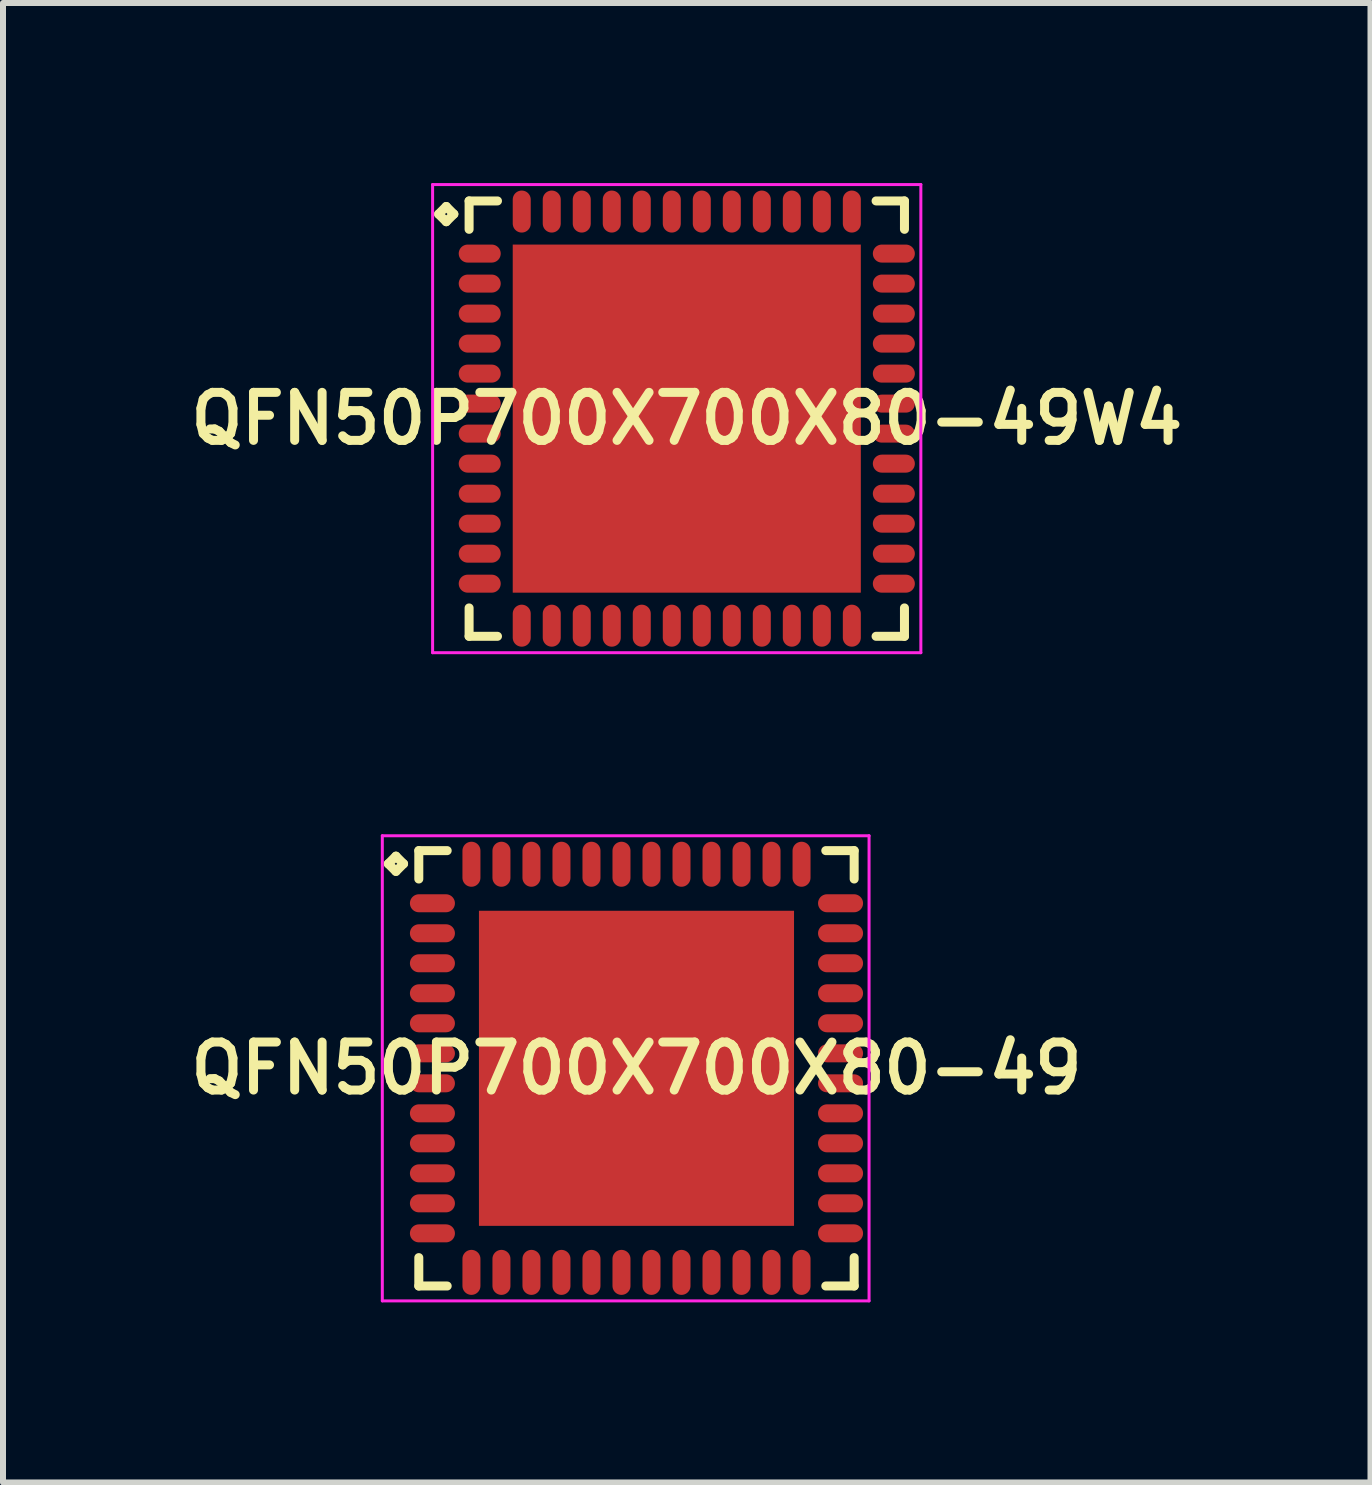
<source format=kicad_pcb>
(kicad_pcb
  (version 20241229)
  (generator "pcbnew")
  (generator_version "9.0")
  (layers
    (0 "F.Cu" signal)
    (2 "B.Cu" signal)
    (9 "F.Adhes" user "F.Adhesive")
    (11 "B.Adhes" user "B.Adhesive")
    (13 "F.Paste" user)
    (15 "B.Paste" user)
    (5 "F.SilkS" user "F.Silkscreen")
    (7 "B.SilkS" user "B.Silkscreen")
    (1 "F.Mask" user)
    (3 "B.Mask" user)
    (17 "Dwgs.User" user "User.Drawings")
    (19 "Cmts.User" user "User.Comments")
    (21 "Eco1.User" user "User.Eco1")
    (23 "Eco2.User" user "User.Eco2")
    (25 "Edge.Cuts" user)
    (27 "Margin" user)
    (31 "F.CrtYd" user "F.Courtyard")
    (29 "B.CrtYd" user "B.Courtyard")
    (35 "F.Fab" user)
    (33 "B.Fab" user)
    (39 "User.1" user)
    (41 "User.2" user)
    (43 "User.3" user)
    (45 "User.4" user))
  (footprint "QFN50P700X700X80-49"
    (layer "F.Cu")
    (at 7.555 14.75)
    (property "Reference" "QFN50P700X700X80-49" (at 0 0 0) (layer "F.SilkS") (effects (font (size 0.8 0.8) (thickness 0.15))))
    (attr smd)
    (fp_line (start -4.135 -3.408) (end -4.008 -3.535) (stroke (width 0.15) (type solid)) (layer "F.SilkS"))
    (fp_line (start -4.008 -3.535) (end -3.881 -3.408) (stroke (width 0.15) (type solid)) (layer "F.SilkS"))
    (fp_line (start -4.008 -3.281) (end -4.135 -3.408) (stroke (width 0.15) (type solid)) (layer "F.SilkS"))
    (fp_line (start -3.881 -3.408) (end -4.008 -3.281) (stroke (width 0.15) (type solid)) (layer "F.SilkS"))
    (fp_line (start -3.627 -3.627) (end -3.154 -3.627) (stroke (width 0.15) (type solid)) (layer "F.SilkS"))
    (fp_line (start -3.627 -3.154) (end -3.627 -3.627) (stroke (width 0.15) (type solid)) (layer "F.SilkS"))
    (fp_line (start -3.627 3.154) (end -3.627 3.627) (stroke (width 0.15) (type solid)) (layer "F.SilkS"))
    (fp_line (start -3.627 3.627) (end -3.154 3.627) (stroke (width 0.15) (type solid)) (layer "F.SilkS"))
    (fp_line (start 3.154 -3.627) (end 3.627 -3.627) (stroke (width 0.15) (type solid)) (layer "F.SilkS"))
    (fp_line (start 3.154 3.627) (end 3.627 3.627) (stroke (width 0.15) (type solid)) (layer "F.SilkS"))
    (fp_line (start 3.627 -3.627) (end 3.627 -3.154) (stroke (width 0.15) (type solid)) (layer "F.SilkS"))
    (fp_line (start 3.627 3.627) (end 3.627 3.154) (stroke (width 0.15) (type solid)) (layer "F.SilkS"))
    (fp_line (start -4.235 -3.875) (end 3.875 -3.875) (stroke (width 0.05) (type solid)) (layer "F.CrtYd"))
    (fp_line (start -4.235 3.875) (end -4.235 -3.875) (stroke (width 0.05) (type solid)) (layer "F.CrtYd"))
    (fp_line (start 3.875 -3.875) (end 3.875 3.875) (stroke (width 0.05) (type solid)) (layer "F.CrtYd"))
    (fp_line (start 3.875 3.875) (end -4.235 3.875) (stroke (width 0.05) (type solid)) (layer "F.CrtYd"))
    (pad "1" smd oval (at -3.4 -2.75) (size 0.75 0.3) (layers "F.Cu" "F.Mask" "F.Paste"))
    (pad "2" smd oval (at -3.4 -2.25) (size 0.75 0.3) (layers "F.Cu" "F.Mask" "F.Paste"))
    (pad "3" smd oval (at -3.4 -1.75) (size 0.75 0.3) (layers "F.Cu" "F.Mask" "F.Paste"))
    (pad "4" smd oval (at -3.4 -1.25) (size 0.75 0.3) (layers "F.Cu" "F.Mask" "F.Paste"))
    (pad "5" smd oval (at -3.4 -0.75) (size 0.75 0.3) (layers "F.Cu" "F.Mask" "F.Paste"))
    (pad "6" smd oval (at -3.4 -0.25) (size 0.75 0.3) (layers "F.Cu" "F.Mask" "F.Paste"))
    (pad "7" smd oval (at -3.4 0.25) (size 0.75 0.3) (layers "F.Cu" "F.Mask" "F.Paste"))
    (pad "8" smd oval (at -3.4 0.75) (size 0.75 0.3) (layers "F.Cu" "F.Mask" "F.Paste"))
    (pad "9" smd oval (at -3.4 1.25) (size 0.75 0.3) (layers "F.Cu" "F.Mask" "F.Paste"))
    (pad "10" smd oval (at -3.4 1.75) (size 0.75 0.3) (layers "F.Cu" "F.Mask" "F.Paste"))
    (pad "11" smd oval (at -3.4 2.25) (size 0.75 0.3) (layers "F.Cu" "F.Mask" "F.Paste"))
    (pad "12" smd oval (at -3.4 2.75) (size 0.75 0.3) (layers "F.Cu" "F.Mask" "F.Paste"))
    (pad "13" smd oval (at -2.75 3.4) (size 0.3 0.75) (layers "F.Cu" "F.Mask" "F.Paste"))
    (pad "14" smd oval (at -2.25 3.4) (size 0.3 0.75) (layers "F.Cu" "F.Mask" "F.Paste"))
    (pad "15" smd oval (at -1.75 3.4) (size 0.3 0.75) (layers "F.Cu" "F.Mask" "F.Paste"))
    (pad "16" smd oval (at -1.25 3.4) (size 0.3 0.75) (layers "F.Cu" "F.Mask" "F.Paste"))
    (pad "17" smd oval (at -0.75 3.4) (size 0.3 0.75) (layers "F.Cu" "F.Mask" "F.Paste"))
    (pad "18" smd oval (at -0.25 3.4) (size 0.3 0.75) (layers "F.Cu" "F.Mask" "F.Paste"))
    (pad "19" smd oval (at 0.25 3.4) (size 0.3 0.75) (layers "F.Cu" "F.Mask" "F.Paste"))
    (pad "20" smd oval (at 0.75 3.4) (size 0.3 0.75) (layers "F.Cu" "F.Mask" "F.Paste"))
    (pad "21" smd oval (at 1.25 3.4) (size 0.3 0.75) (layers "F.Cu" "F.Mask" "F.Paste"))
    (pad "22" smd oval (at 1.75 3.4) (size 0.3 0.75) (layers "F.Cu" "F.Mask" "F.Paste"))
    (pad "23" smd oval (at 2.25 3.4) (size 0.3 0.75) (layers "F.Cu" "F.Mask" "F.Paste"))
    (pad "24" smd oval (at 2.75 3.4) (size 0.3 0.75) (layers "F.Cu" "F.Mask" "F.Paste"))
    (pad "25" smd oval (at 3.4 2.75) (size 0.75 0.3) (layers "F.Cu" "F.Mask" "F.Paste"))
    (pad "26" smd oval (at 3.4 2.25) (size 0.75 0.3) (layers "F.Cu" "F.Mask" "F.Paste"))
    (pad "27" smd oval (at 3.4 1.75) (size 0.75 0.3) (layers "F.Cu" "F.Mask" "F.Paste"))
    (pad "28" smd oval (at 3.4 1.25) (size 0.75 0.3) (layers "F.Cu" "F.Mask" "F.Paste"))
    (pad "29" smd oval (at 3.4 0.75) (size 0.75 0.3) (layers "F.Cu" "F.Mask" "F.Paste"))
    (pad "30" smd oval (at 3.4 0.25) (size 0.75 0.3) (layers "F.Cu" "F.Mask" "F.Paste"))
    (pad "31" smd oval (at 3.4 -0.25) (size 0.75 0.3) (layers "F.Cu" "F.Mask" "F.Paste"))
    (pad "32" smd oval (at 3.4 -0.75) (size 0.75 0.3) (layers "F.Cu" "F.Mask" "F.Paste"))
    (pad "33" smd oval (at 3.4 -1.25) (size 0.75 0.3) (layers "F.Cu" "F.Mask" "F.Paste"))
    (pad "34" smd oval (at 3.4 -1.75) (size 0.75 0.3) (layers "F.Cu" "F.Mask" "F.Paste"))
    (pad "35" smd oval (at 3.4 -2.25) (size 0.75 0.3) (layers "F.Cu" "F.Mask" "F.Paste"))
    (pad "36" smd oval (at 3.4 -2.75) (size 0.75 0.3) (layers "F.Cu" "F.Mask" "F.Paste"))
    (pad "37" smd oval (at 2.75 -3.4) (size 0.3 0.75) (layers "F.Cu" "F.Mask" "F.Paste"))
    (pad "38" smd oval (at 2.25 -3.4) (size 0.3 0.75) (layers "F.Cu" "F.Mask" "F.Paste"))
    (pad "39" smd oval (at 1.75 -3.4) (size 0.3 0.75) (layers "F.Cu" "F.Mask" "F.Paste"))
    (pad "40" smd oval (at 1.25 -3.4) (size 0.3 0.75) (layers "F.Cu" "F.Mask" "F.Paste"))
    (pad "41" smd oval (at 0.75 -3.4) (size 0.3 0.75) (layers "F.Cu" "F.Mask" "F.Paste"))
    (pad "42" smd oval (at 0.25 -3.4) (size 0.3 0.75) (layers "F.Cu" "F.Mask" "F.Paste"))
    (pad "43" smd oval (at -0.25 -3.4) (size 0.3 0.75) (layers "F.Cu" "F.Mask" "F.Paste"))
    (pad "44" smd oval (at -0.75 -3.4) (size 0.3 0.75) (layers "F.Cu" "F.Mask" "F.Paste"))
    (pad "45" smd oval (at -1.25 -3.4) (size 0.3 0.75) (layers "F.Cu" "F.Mask" "F.Paste"))
    (pad "46" smd oval (at -1.75 -3.4) (size 0.3 0.75) (layers "F.Cu" "F.Mask" "F.Paste"))
    (pad "47" smd oval (at -2.25 -3.4) (size 0.3 0.75) (layers "F.Cu" "F.Mask" "F.Paste"))
    (pad "48" smd oval (at -2.75 -3.4) (size 0.3 0.75) (layers "F.Cu" "F.Mask" "F.Paste"))
    (pad "49" smd rect (at 0 0) (size 5.25 5.25) (layers "F.Cu" "F.Mask" "F.Paste")))
  (footprint "QFN50P700X700X80-49W4"
    (layer "F.Cu")
    (at 8.393 3.925)
    (property "Reference" "QFN50P700X700X80-49W4" (at 0 0 0) (layer "F.SilkS") (effects (font (size 0.8 0.8) (thickness 0.15))))
    (attr smd)
    (fp_line (start -4.135 -3.408) (end -4.008 -3.535) (stroke (width 0.15) (type solid)) (layer "F.SilkS"))
    (fp_line (start -4.008 -3.535) (end -3.881 -3.408) (stroke (width 0.15) (type solid)) (layer "F.SilkS"))
    (fp_line (start -4.008 -3.281) (end -4.135 -3.408) (stroke (width 0.15) (type solid)) (layer "F.SilkS"))
    (fp_line (start -3.881 -3.408) (end -4.008 -3.281) (stroke (width 0.15) (type solid)) (layer "F.SilkS"))
    (fp_line (start -3.627 -3.627) (end -3.154 -3.627) (stroke (width 0.15) (type solid)) (layer "F.SilkS"))
    (fp_line (start -3.627 -3.154) (end -3.627 -3.627) (stroke (width 0.15) (type solid)) (layer "F.SilkS"))
    (fp_line (start -3.627 3.154) (end -3.627 3.627) (stroke (width 0.15) (type solid)) (layer "F.SilkS"))
    (fp_line (start -3.627 3.627) (end -3.154 3.627) (stroke (width 0.15) (type solid)) (layer "F.SilkS"))
    (fp_line (start 3.154 -3.627) (end 3.627 -3.627) (stroke (width 0.15) (type solid)) (layer "F.SilkS"))
    (fp_line (start 3.154 3.627) (end 3.627 3.627) (stroke (width 0.15) (type solid)) (layer "F.SilkS"))
    (fp_line (start 3.627 -3.627) (end 3.627 -3.154) (stroke (width 0.15) (type solid)) (layer "F.SilkS"))
    (fp_line (start 3.627 3.627) (end 3.627 3.154) (stroke (width 0.15) (type solid)) (layer "F.SilkS"))
    (fp_line (start -4.235 -3.9) (end 3.9 -3.9) (stroke (width 0.05) (type solid)) (layer "F.CrtYd"))
    (fp_line (start -4.235 3.9) (end -4.235 -3.9) (stroke (width 0.05) (type solid)) (layer "F.CrtYd"))
    (fp_line (start 3.9 -3.9) (end 3.9 3.9) (stroke (width 0.05) (type solid)) (layer "F.CrtYd"))
    (fp_line (start 3.9 3.9) (end -4.235 3.9) (stroke (width 0.05) (type solid)) (layer "F.CrtYd"))
    (pad "1" smd oval (at -3.45 -2.75) (size 0.7 0.3) (layers "F.Cu" "F.Mask" "F.Paste"))
    (pad "2" smd oval (at -3.45 -2.25) (size 0.7 0.3) (layers "F.Cu" "F.Mask" "F.Paste"))
    (pad "3" smd oval (at -3.45 -1.75) (size 0.7 0.3) (layers "F.Cu" "F.Mask" "F.Paste"))
    (pad "4" smd oval (at -3.45 -1.25) (size 0.7 0.3) (layers "F.Cu" "F.Mask" "F.Paste"))
    (pad "5" smd oval (at -3.45 -0.75) (size 0.7 0.3) (layers "F.Cu" "F.Mask" "F.Paste"))
    (pad "6" smd oval (at -3.45 -0.25) (size 0.7 0.3) (layers "F.Cu" "F.Mask" "F.Paste"))
    (pad "7" smd oval (at -3.45 0.25) (size 0.7 0.3) (layers "F.Cu" "F.Mask" "F.Paste"))
    (pad "8" smd oval (at -3.45 0.75) (size 0.7 0.3) (layers "F.Cu" "F.Mask" "F.Paste"))
    (pad "9" smd oval (at -3.45 1.25) (size 0.7 0.3) (layers "F.Cu" "F.Mask" "F.Paste"))
    (pad "10" smd oval (at -3.45 1.75) (size 0.7 0.3) (layers "F.Cu" "F.Mask" "F.Paste"))
    (pad "11" smd oval (at -3.45 2.25) (size 0.7 0.3) (layers "F.Cu" "F.Mask" "F.Paste"))
    (pad "12" smd oval (at -3.45 2.75) (size 0.7 0.3) (layers "F.Cu" "F.Mask" "F.Paste"))
    (pad "13" smd oval (at -2.75 3.45) (size 0.3 0.7) (layers "F.Cu" "F.Mask" "F.Paste"))
    (pad "14" smd oval (at -2.25 3.45) (size 0.3 0.7) (layers "F.Cu" "F.Mask" "F.Paste"))
    (pad "15" smd oval (at -1.75 3.45) (size 0.3 0.7) (layers "F.Cu" "F.Mask" "F.Paste"))
    (pad "16" smd oval (at -1.25 3.45) (size 0.3 0.7) (layers "F.Cu" "F.Mask" "F.Paste"))
    (pad "17" smd oval (at -0.75 3.45) (size 0.3 0.7) (layers "F.Cu" "F.Mask" "F.Paste"))
    (pad "18" smd oval (at -0.25 3.45) (size 0.3 0.7) (layers "F.Cu" "F.Mask" "F.Paste"))
    (pad "19" smd oval (at 0.25 3.45) (size 0.3 0.7) (layers "F.Cu" "F.Mask" "F.Paste"))
    (pad "20" smd oval (at 0.75 3.45) (size 0.3 0.7) (layers "F.Cu" "F.Mask" "F.Paste"))
    (pad "21" smd oval (at 1.25 3.45) (size 0.3 0.7) (layers "F.Cu" "F.Mask" "F.Paste"))
    (pad "22" smd oval (at 1.75 3.45) (size 0.3 0.7) (layers "F.Cu" "F.Mask" "F.Paste"))
    (pad "23" smd oval (at 2.25 3.45) (size 0.3 0.7) (layers "F.Cu" "F.Mask" "F.Paste"))
    (pad "24" smd oval (at 2.75 3.45) (size 0.3 0.7) (layers "F.Cu" "F.Mask" "F.Paste"))
    (pad "25" smd oval (at 3.45 2.75) (size 0.7 0.3) (layers "F.Cu" "F.Mask" "F.Paste"))
    (pad "26" smd oval (at 3.45 2.25) (size 0.7 0.3) (layers "F.Cu" "F.Mask" "F.Paste"))
    (pad "27" smd oval (at 3.45 1.75) (size 0.7 0.3) (layers "F.Cu" "F.Mask" "F.Paste"))
    (pad "28" smd oval (at 3.45 1.25) (size 0.7 0.3) (layers "F.Cu" "F.Mask" "F.Paste"))
    (pad "29" smd oval (at 3.45 0.75) (size 0.7 0.3) (layers "F.Cu" "F.Mask" "F.Paste"))
    (pad "30" smd oval (at 3.45 0.25) (size 0.7 0.3) (layers "F.Cu" "F.Mask" "F.Paste"))
    (pad "31" smd oval (at 3.45 -0.25) (size 0.7 0.3) (layers "F.Cu" "F.Mask" "F.Paste"))
    (pad "32" smd oval (at 3.45 -0.75) (size 0.7 0.3) (layers "F.Cu" "F.Mask" "F.Paste"))
    (pad "33" smd oval (at 3.45 -1.25) (size 0.7 0.3) (layers "F.Cu" "F.Mask" "F.Paste"))
    (pad "34" smd oval (at 3.45 -1.75) (size 0.7 0.3) (layers "F.Cu" "F.Mask" "F.Paste"))
    (pad "35" smd oval (at 3.45 -2.25) (size 0.7 0.3) (layers "F.Cu" "F.Mask" "F.Paste"))
    (pad "36" smd oval (at 3.45 -2.75) (size 0.7 0.3) (layers "F.Cu" "F.Mask" "F.Paste"))
    (pad "37" smd oval (at 2.75 -3.45) (size 0.3 0.7) (layers "F.Cu" "F.Mask" "F.Paste"))
    (pad "38" smd oval (at 2.25 -3.45) (size 0.3 0.7) (layers "F.Cu" "F.Mask" "F.Paste"))
    (pad "39" smd oval (at 1.75 -3.45) (size 0.3 0.7) (layers "F.Cu" "F.Mask" "F.Paste"))
    (pad "40" smd oval (at 1.25 -3.45) (size 0.3 0.7) (layers "F.Cu" "F.Mask" "F.Paste"))
    (pad "41" smd oval (at 0.75 -3.45) (size 0.3 0.7) (layers "F.Cu" "F.Mask" "F.Paste"))
    (pad "42" smd oval (at 0.25 -3.45) (size 0.3 0.7) (layers "F.Cu" "F.Mask" "F.Paste"))
    (pad "43" smd oval (at -0.25 -3.45) (size 0.3 0.7) (layers "F.Cu" "F.Mask" "F.Paste"))
    (pad "44" smd oval (at -0.75 -3.45) (size 0.3 0.7) (layers "F.Cu" "F.Mask" "F.Paste"))
    (pad "45" smd oval (at -1.25 -3.45) (size 0.3 0.7) (layers "F.Cu" "F.Mask" "F.Paste"))
    (pad "46" smd oval (at -1.75 -3.45) (size 0.3 0.7) (layers "F.Cu" "F.Mask" "F.Paste"))
    (pad "47" smd oval (at -2.25 -3.45) (size 0.3 0.7) (layers "F.Cu" "F.Mask" "F.Paste"))
    (pad "48" smd oval (at -2.75 -3.45) (size 0.3 0.7) (layers "F.Cu" "F.Mask" "F.Paste"))
    (pad "49" smd rect (at 0 0) (size 5.8 5.8) (layers "F.Cu" "F.Mask" "F.Paste")))
  (gr_rect
    (start -3 -3)
    (end 19.785 21.65)
    (stroke (width 0.1) (type default))
    (fill no)
    (layer "Edge.Cuts")))
</source>
